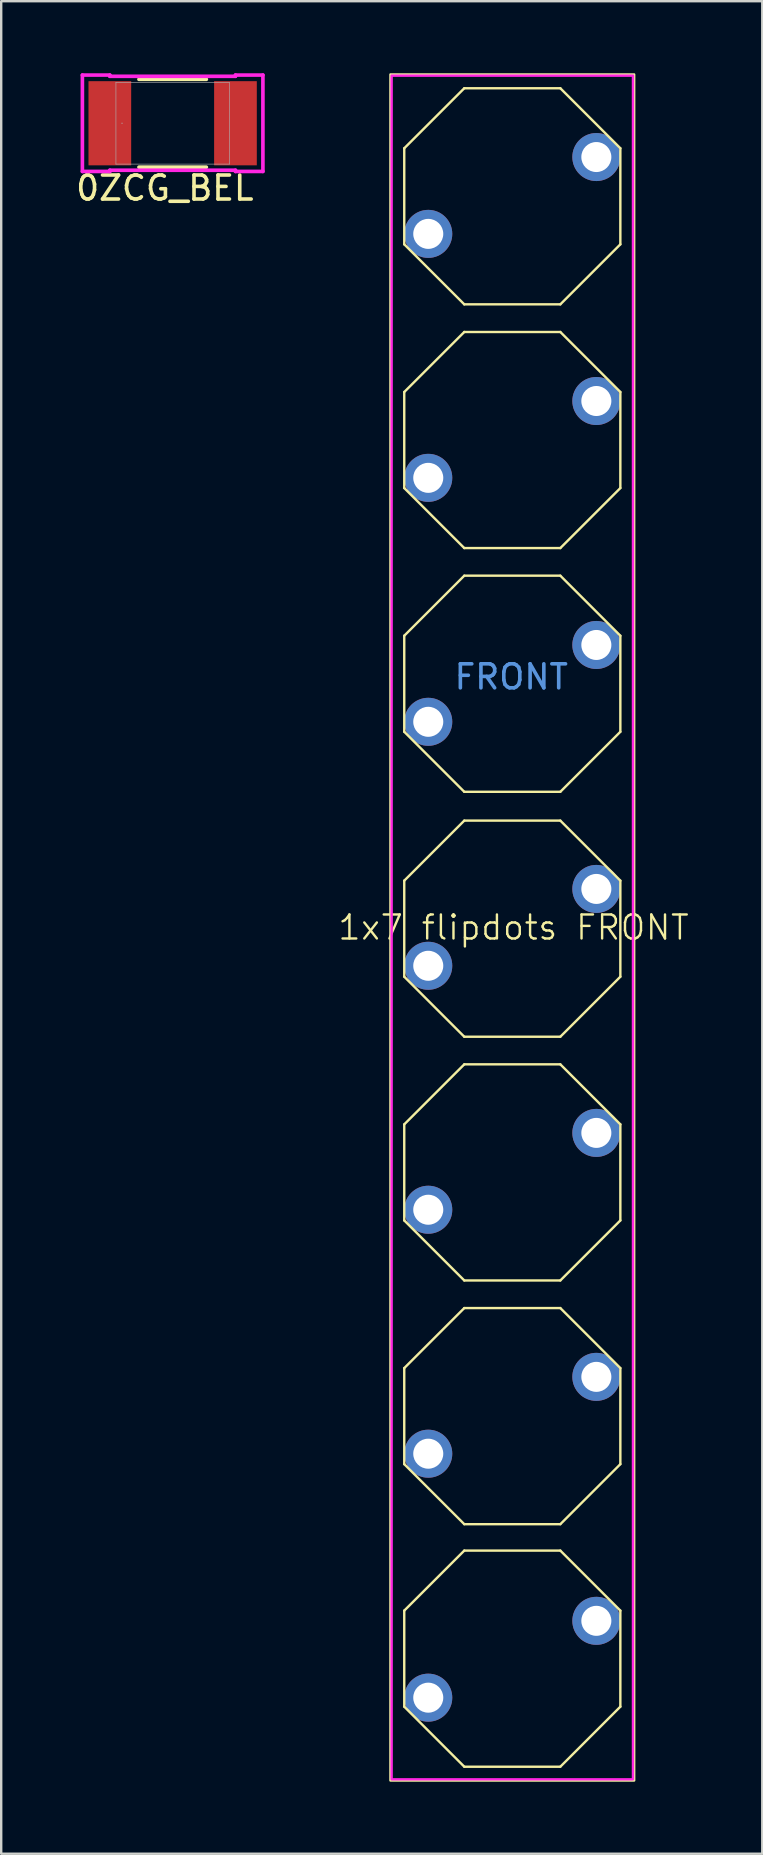
<source format=kicad_pcb>
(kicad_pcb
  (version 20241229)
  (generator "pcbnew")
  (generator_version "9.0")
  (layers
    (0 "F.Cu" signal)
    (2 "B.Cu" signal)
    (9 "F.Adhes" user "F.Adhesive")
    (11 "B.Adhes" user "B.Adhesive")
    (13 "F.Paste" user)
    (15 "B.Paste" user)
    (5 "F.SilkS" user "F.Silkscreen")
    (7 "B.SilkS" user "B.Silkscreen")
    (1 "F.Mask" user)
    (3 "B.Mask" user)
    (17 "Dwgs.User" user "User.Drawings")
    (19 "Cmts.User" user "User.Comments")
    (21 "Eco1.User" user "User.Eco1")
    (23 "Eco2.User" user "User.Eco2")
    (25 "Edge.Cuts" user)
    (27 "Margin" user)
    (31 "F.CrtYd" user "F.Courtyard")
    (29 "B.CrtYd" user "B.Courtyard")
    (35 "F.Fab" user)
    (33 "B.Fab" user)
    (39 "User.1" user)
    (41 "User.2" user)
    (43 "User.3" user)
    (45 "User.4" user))
  (footprint "0ZCG_BEL"
    (layer "F.Cu")
    (at 4.14 2.083)
    (property "Reference" "0ZCG_BEL" (at -0.325 2.7 0) (unlocked yes) (layer "F.SilkS") (effects (font (size 1 1) (thickness 0.15))))
    (attr smd)
    (fp_line (start -1.403 1.829) (end 1.403 1.829) (stroke (width 0.152) (type solid)) (layer "F.SilkS"))
    (fp_line (start 1.403 -1.829) (end -1.403 -1.829) (stroke (width 0.152) (type solid)) (layer "F.SilkS"))
    (fp_line (start -3.759 -2.007) (end -2.616 -2.007) (stroke (width 0.152) (type solid)) (layer "F.CrtYd"))
    (fp_line (start -3.759 2.007) (end -3.759 -2.007) (stroke (width 0.152) (type solid)) (layer "F.CrtYd"))
    (fp_line (start -3.759 2.007) (end -2.616 2.007) (stroke (width 0.152) (type solid)) (layer "F.CrtYd"))
    (fp_line (start -2.616 -2.007) (end -2.616 -1.956) (stroke (width 0.152) (type solid)) (layer "F.CrtYd"))
    (fp_line (start -2.616 -1.956) (end 2.616 -1.956) (stroke (width 0.152) (type solid)) (layer "F.CrtYd"))
    (fp_line (start -2.616 1.956) (end 2.616 1.956) (stroke (width 0.152) (type solid)) (layer "F.CrtYd"))
    (fp_line (start -2.616 2.007) (end -2.616 1.956) (stroke (width 0.152) (type solid)) (layer "F.CrtYd"))
    (fp_line (start 2.616 -2.007) (end 3.759 -2.007) (stroke (width 0.152) (type solid)) (layer "F.CrtYd"))
    (fp_line (start 2.616 -1.956) (end 2.616 -2.007) (stroke (width 0.152) (type solid)) (layer "F.CrtYd"))
    (fp_line (start 2.616 1.956) (end 2.616 2.007) (stroke (width 0.152) (type solid)) (layer "F.CrtYd"))
    (fp_line (start 2.616 2.007) (end 3.759 2.007) (stroke (width 0.152) (type solid)) (layer "F.CrtYd"))
    (fp_line (start 3.759 -2.007) (end 3.759 2.007) (stroke (width 0.152) (type solid)) (layer "F.CrtYd"))
    (fp_line (start -2.362 -1.702) (end -2.362 1.702) (stroke (width 0.025) (type solid)) (layer "F.Fab"))
    (fp_line (start -2.362 1.702) (end 2.362 1.702) (stroke (width 0.025) (type solid)) (layer "F.Fab"))
    (fp_line (start 2.362 -1.702) (end -2.362 -1.702) (stroke (width 0.025) (type solid)) (layer "F.Fab"))
    (fp_line (start 2.362 1.702) (end 2.362 -1.702) (stroke (width 0.025) (type solid)) (layer "F.Fab"))
    (fp_circle (center -2.108 0) (end -2.108 0) (stroke (width 0.025) (type solid)) (fill no) (layer "F.Fab"))
    (pad "1" smd rect (at -2.616 0) (size 1.778 3.505) (layers "F.Cu" "F.Mask" "F.Paste"))
    (pad "2" smd rect (at 2.616 0) (size 1.778 3.505) (layers "F.Cu" "F.Mask" "F.Paste")))
  (footprint "1x7 flipdots FRONT"
    (layer "F.Cu")
    (at 18.285 35.575)
    (property "Reference" "1x7 flipdots FRONT" (at 0.05 0 0) (unlocked yes) (layer "F.SilkS") (effects (font (size 1 1) (thickness 0.1))))
    (attr through_hole)
    (fp_line (start -4.5 -32.45) (end -2 -34.95) (stroke (width 0.1) (type default)) (layer "F.SilkS"))
    (fp_line (start -4.5 -28.45) (end -4.5 -32.45) (stroke (width 0.1) (type default)) (layer "F.SilkS"))
    (fp_line (start -4.5 -22.3) (end -2 -24.8) (stroke (width 0.1) (type default)) (layer "F.SilkS"))
    (fp_line (start -4.5 -18.3) (end -4.5 -22.3) (stroke (width 0.1) (type default)) (layer "F.SilkS"))
    (fp_line (start -4.5 -12.15) (end -2 -14.65) (stroke (width 0.1) (type default)) (layer "F.SilkS"))
    (fp_line (start -4.5 -8.15) (end -4.5 -12.15) (stroke (width 0.1) (type default)) (layer "F.SilkS"))
    (fp_line (start -4.5 -1.95) (end -2 -4.45) (stroke (width 0.1) (type default)) (layer "F.SilkS"))
    (fp_line (start -4.5 2.05) (end -4.5 -1.95) (stroke (width 0.1) (type default)) (layer "F.SilkS"))
    (fp_line (start -4.5 8.2) (end -2 5.7) (stroke (width 0.1) (type default)) (layer "F.SilkS"))
    (fp_line (start -4.5 12.2) (end -4.5 8.2) (stroke (width 0.1) (type default)) (layer "F.SilkS"))
    (fp_line (start -4.5 18.35) (end -2 15.85) (stroke (width 0.1) (type default)) (layer "F.SilkS"))
    (fp_line (start -4.5 22.35) (end -4.5 18.35) (stroke (width 0.1) (type default)) (layer "F.SilkS"))
    (fp_line (start -4.5 28.45) (end -2 25.95) (stroke (width 0.1) (type default)) (layer "F.SilkS"))
    (fp_line (start -4.5 32.45) (end -4.5 28.45) (stroke (width 0.1) (type default)) (layer "F.SilkS"))
    (fp_line (start -2 -34.95) (end 2 -34.95) (stroke (width 0.1) (type default)) (layer "F.SilkS"))
    (fp_line (start -2 -25.95) (end -4.5 -28.45) (stroke (width 0.1) (type default)) (layer "F.SilkS"))
    (fp_line (start -2 -24.8) (end 2 -24.8) (stroke (width 0.1) (type default)) (layer "F.SilkS"))
    (fp_line (start -2 -15.8) (end -4.5 -18.3) (stroke (width 0.1) (type default)) (layer "F.SilkS"))
    (fp_line (start -2 -14.65) (end 2 -14.65) (stroke (width 0.1) (type default)) (layer "F.SilkS"))
    (fp_line (start -2 -5.65) (end -4.5 -8.15) (stroke (width 0.1) (type default)) (layer "F.SilkS"))
    (fp_line (start -2 -4.45) (end 2 -4.45) (stroke (width 0.1) (type default)) (layer "F.SilkS"))
    (fp_line (start -2 4.55) (end -4.5 2.05) (stroke (width 0.1) (type default)) (layer "F.SilkS"))
    (fp_line (start -2 5.7) (end 2 5.7) (stroke (width 0.1) (type default)) (layer "F.SilkS"))
    (fp_line (start -2 14.7) (end -4.5 12.2) (stroke (width 0.1) (type default)) (layer "F.SilkS"))
    (fp_line (start -2 15.85) (end 2 15.85) (stroke (width 0.1) (type default)) (layer "F.SilkS"))
    (fp_line (start -2 24.85) (end -4.5 22.35) (stroke (width 0.1) (type default)) (layer "F.SilkS"))
    (fp_line (start -2 25.95) (end 2 25.95) (stroke (width 0.1) (type default)) (layer "F.SilkS"))
    (fp_line (start -2 34.95) (end -4.5 32.45) (stroke (width 0.1) (type default)) (layer "F.SilkS"))
    (fp_line (start 2 -34.95) (end 4.5 -32.45) (stroke (width 0.1) (type default)) (layer "F.SilkS"))
    (fp_line (start 2 -25.95) (end -2 -25.95) (stroke (width 0.1) (type default)) (layer "F.SilkS"))
    (fp_line (start 2 -24.8) (end 4.5 -22.3) (stroke (width 0.1) (type default)) (layer "F.SilkS"))
    (fp_line (start 2 -15.8) (end -2 -15.8) (stroke (width 0.1) (type default)) (layer "F.SilkS"))
    (fp_line (start 2 -14.65) (end 4.5 -12.15) (stroke (width 0.1) (type default)) (layer "F.SilkS"))
    (fp_line (start 2 -5.65) (end -2 -5.65) (stroke (width 0.1) (type default)) (layer "F.SilkS"))
    (fp_line (start 2 -4.45) (end 4.5 -1.95) (stroke (width 0.1) (type default)) (layer "F.SilkS"))
    (fp_line (start 2 4.55) (end -2 4.55) (stroke (width 0.1) (type default)) (layer "F.SilkS"))
    (fp_line (start 2 5.7) (end 4.5 8.2) (stroke (width 0.1) (type default)) (layer "F.SilkS"))
    (fp_line (start 2 14.7) (end -2 14.7) (stroke (width 0.1) (type default)) (layer "F.SilkS"))
    (fp_line (start 2 15.85) (end 4.5 18.35) (stroke (width 0.1) (type default)) (layer "F.SilkS"))
    (fp_line (start 2 24.85) (end -2 24.85) (stroke (width 0.1) (type default)) (layer "F.SilkS"))
    (fp_line (start 2 25.95) (end 4.5 28.45) (stroke (width 0.1) (type default)) (layer "F.SilkS"))
    (fp_line (start 2 34.95) (end -2 34.95) (stroke (width 0.1) (type default)) (layer "F.SilkS"))
    (fp_line (start 4.5 -32.45) (end 4.5 -28.45) (stroke (width 0.1) (type default)) (layer "F.SilkS"))
    (fp_line (start 4.5 -28.45) (end 2 -25.95) (stroke (width 0.1) (type default)) (layer "F.SilkS"))
    (fp_line (start 4.5 -22.3) (end 4.5 -18.3) (stroke (width 0.1) (type default)) (layer "F.SilkS"))
    (fp_line (start 4.5 -18.3) (end 2 -15.8) (stroke (width 0.1) (type default)) (layer "F.SilkS"))
    (fp_line (start 4.5 -12.15) (end 4.5 -8.15) (stroke (width 0.1) (type default)) (layer "F.SilkS"))
    (fp_line (start 4.5 -8.15) (end 2 -5.65) (stroke (width 0.1) (type default)) (layer "F.SilkS"))
    (fp_line (start 4.5 -1.95) (end 4.5 2.05) (stroke (width 0.1) (type default)) (layer "F.SilkS"))
    (fp_line (start 4.5 2.05) (end 2 4.55) (stroke (width 0.1) (type default)) (layer "F.SilkS"))
    (fp_line (start 4.5 8.2) (end 4.5 12.2) (stroke (width 0.1) (type default)) (layer "F.SilkS"))
    (fp_line (start 4.5 12.2) (end 2 14.7) (stroke (width 0.1) (type default)) (layer "F.SilkS"))
    (fp_line (start 4.5 18.35) (end 4.5 22.35) (stroke (width 0.1) (type default)) (layer "F.SilkS"))
    (fp_line (start 4.5 22.35) (end 2 24.85) (stroke (width 0.1) (type default)) (layer "F.SilkS"))
    (fp_line (start 4.5 28.45) (end 4.5 32.45) (stroke (width 0.1) (type default)) (layer "F.SilkS"))
    (fp_line (start 4.5 32.45) (end 2 34.95) (stroke (width 0.1) (type default)) (layer "F.SilkS"))
    (fp_rect (start -5.075 -35.525) (end 5.075 35.525) (stroke (width 0.1) (type default)) (fill no) (layer "F.SilkS"))
    (fp_rect (start -5.025 -35.475) (end 5.025 35.475) (stroke (width 0.1) (type default)) (fill no) (layer "F.CrtYd"))
    (fp_text user "FRONT" (at -2.5 -9.85 0) (unlocked yes) (layer "Cmts.User") (effects (font (size 1 1) (thickness 0.15)) (justify left bottom)))
    (pad "1-UA" thru_hole circle (at 3.5 -32.085 270) (size 2 2) (drill 1.25) (layers "*.Cu" "*.Mask"))
    (pad "1-UB" thru_hole circle (at 3.5 -21.925 270) (size 2 2) (drill 1.25) (layers "*.Cu" "*.Mask"))
    (pad "1-UC" thru_hole circle (at 3.5 -11.765 270) (size 2 2) (drill 1.25) (layers "*.Cu" "*.Mask"))
    (pad "1-UD" thru_hole circle (at 3.5 -1.605 270) (size 2 2) (drill 1.25) (layers "*.Cu" "*.Mask"))
    (pad "1-UE" thru_hole circle (at 3.5 8.555 270) (size 2 2) (drill 1.25) (layers "*.Cu" "*.Mask"))
    (pad "1-UF" thru_hole circle (at 3.5 18.715 270) (size 2 2) (drill 1.25) (layers "*.Cu" "*.Mask"))
    (pad "1-UG" thru_hole circle (at 3.5 28.875 270) (size 2 2) (drill 1.25) (layers "*.Cu" "*.Mask"))
    (pad "2-UA" thru_hole circle (at -3.5 -28.885 270) (size 2 2) (drill 1.25) (layers "*.Cu" "*.Mask"))
    (pad "2-UB" thru_hole circle (at -3.5 -18.725 270) (size 2 2) (drill 1.25) (layers "*.Cu" "*.Mask"))
    (pad "2-UC" thru_hole circle (at -3.5 -8.565 270) (size 2 2) (drill 1.25) (layers "*.Cu" "*.Mask"))
    (pad "2-UD" thru_hole circle (at -3.5 1.595 270) (size 2 2) (drill 1.25) (layers "*.Cu" "*.Mask"))
    (pad "2-UE" thru_hole circle (at -3.5 11.755 270) (size 2 2) (drill 1.25) (layers "*.Cu" "*.Mask"))
    (pad "2-UF" thru_hole circle (at -3.5 21.915 270) (size 2 2) (drill 1.25) (layers "*.Cu" "*.Mask"))
    (pad "2-UG" thru_hole circle (at -3.5 32.075 270) (size 2 2) (drill 1.25) (layers "*.Cu" "*.Mask")))
  (gr_rect
    (start -3 -3)
    (end 28.695 74.15)
    (stroke (width 0.1) (type default))
    (fill no)
    (layer "Edge.Cuts")))
</source>
